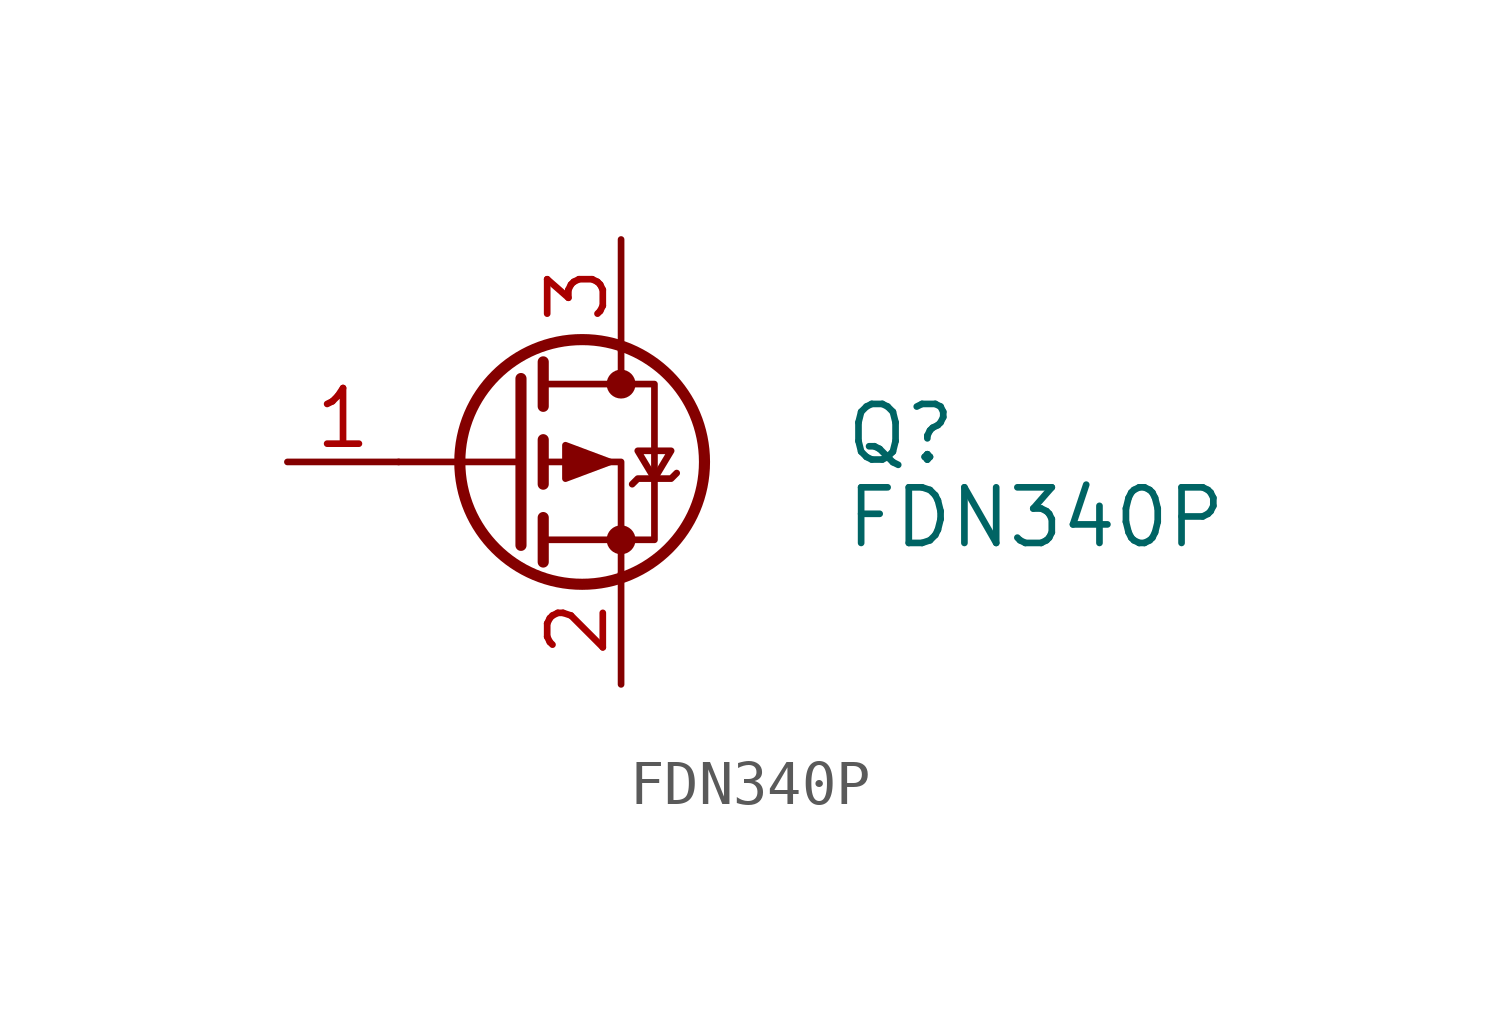
<source format=kicad_sym>
(kicad_symbol_lib
  (version 20210619)
  (generator kicad_symbol_editor)
  (symbol "FDN340P"
    (pin_names
      (offset 0) hide)
    (property "Reference" "Q"
      (at 5.08 0.635 0)
      (effects (font (size 1.27 1.27)) (justify left)))
    (property "Value" "FDN340P"
      (at 5.08 -1.27 0)
      (effects (font (size 1.27 1.27)) (justify left)))
    (symbol "FDN340P_1_1"
      (circle (center -0.889 0) (radius 2.794) (stroke (width 0.254)) (fill (type none)))
      (circle (center 0 -1.778) (radius 0.254) (stroke (width 0)) (fill (type outline)))
      (circle (center 0 1.778) (radius 0.254) (stroke (width 0)) (fill (type outline)))
      (polyline (pts (xy -2.286 0) (xy -5.08 0)) (stroke (width 0)) (fill (type none)))
      (polyline (pts (xy -2.286 1.905) (xy -2.286 -1.905)) (stroke (width 0.254)) (fill (type none)))
      (polyline (pts (xy -1.778 -1.27) (xy -1.778 -2.286)) (stroke (width 0.254)) (fill (type none)))
      (polyline (pts (xy -1.778 0.508) (xy -1.778 -0.508)) (stroke (width 0.254)) (fill (type none)))
      (polyline (pts (xy -1.778 2.286) (xy -1.778 1.27)) (stroke (width 0.254)) (fill (type none)))
      (polyline (pts (xy 0 2.54) (xy 0 1.778)) (stroke (width 0)) (fill (type none)))
      (polyline (pts (xy 0 -2.54) (xy 0 0) (xy -1.778 0)) (stroke (width 0)) (fill (type none)))
      (polyline (pts (xy -1.778 1.778) (xy 0.762 1.778) (xy 0.762 -1.778) (xy -1.778 -1.778)) (stroke (width 0)) (fill (type none)))
      (polyline (pts (xy 0.254 -0.508) (xy 0.381 -0.381) (xy 1.143 -0.381) (xy 1.27 -0.254)) (stroke (width 0)) (fill (type none)))
      (polyline (pts (xy 0.762 -0.381) (xy 0.381 0.254) (xy 1.143 0.254) (xy 0.762 -0.381)) (stroke (width 0)) (fill (type none)))
      (polyline (pts (xy -0.254 0) (xy -1.27 0.381) (xy -1.27 -0.381) (xy -0.254 0)) (stroke (width 0)) (fill (type outline)))
      (pin input line (at -7.62 0 0) (length 2.54) (name "G" (effects (font (size 1.27 1.27)))) (number "1" (effects (font (size 1.27 1.27)))))
      (pin passive line (at 0 -5.08 90) (length 2.54) (name "S" (effects (font (size 1.27 1.27)))) (number "2" (effects (font (size 1.27 1.27)))))
      (pin passive line (at 0 5.08 270) (length 2.54) (name "D" (effects (font (size 1.27 1.27)))) (number "3" (effects (font (size 1.27 1.27))))))))
</source>
